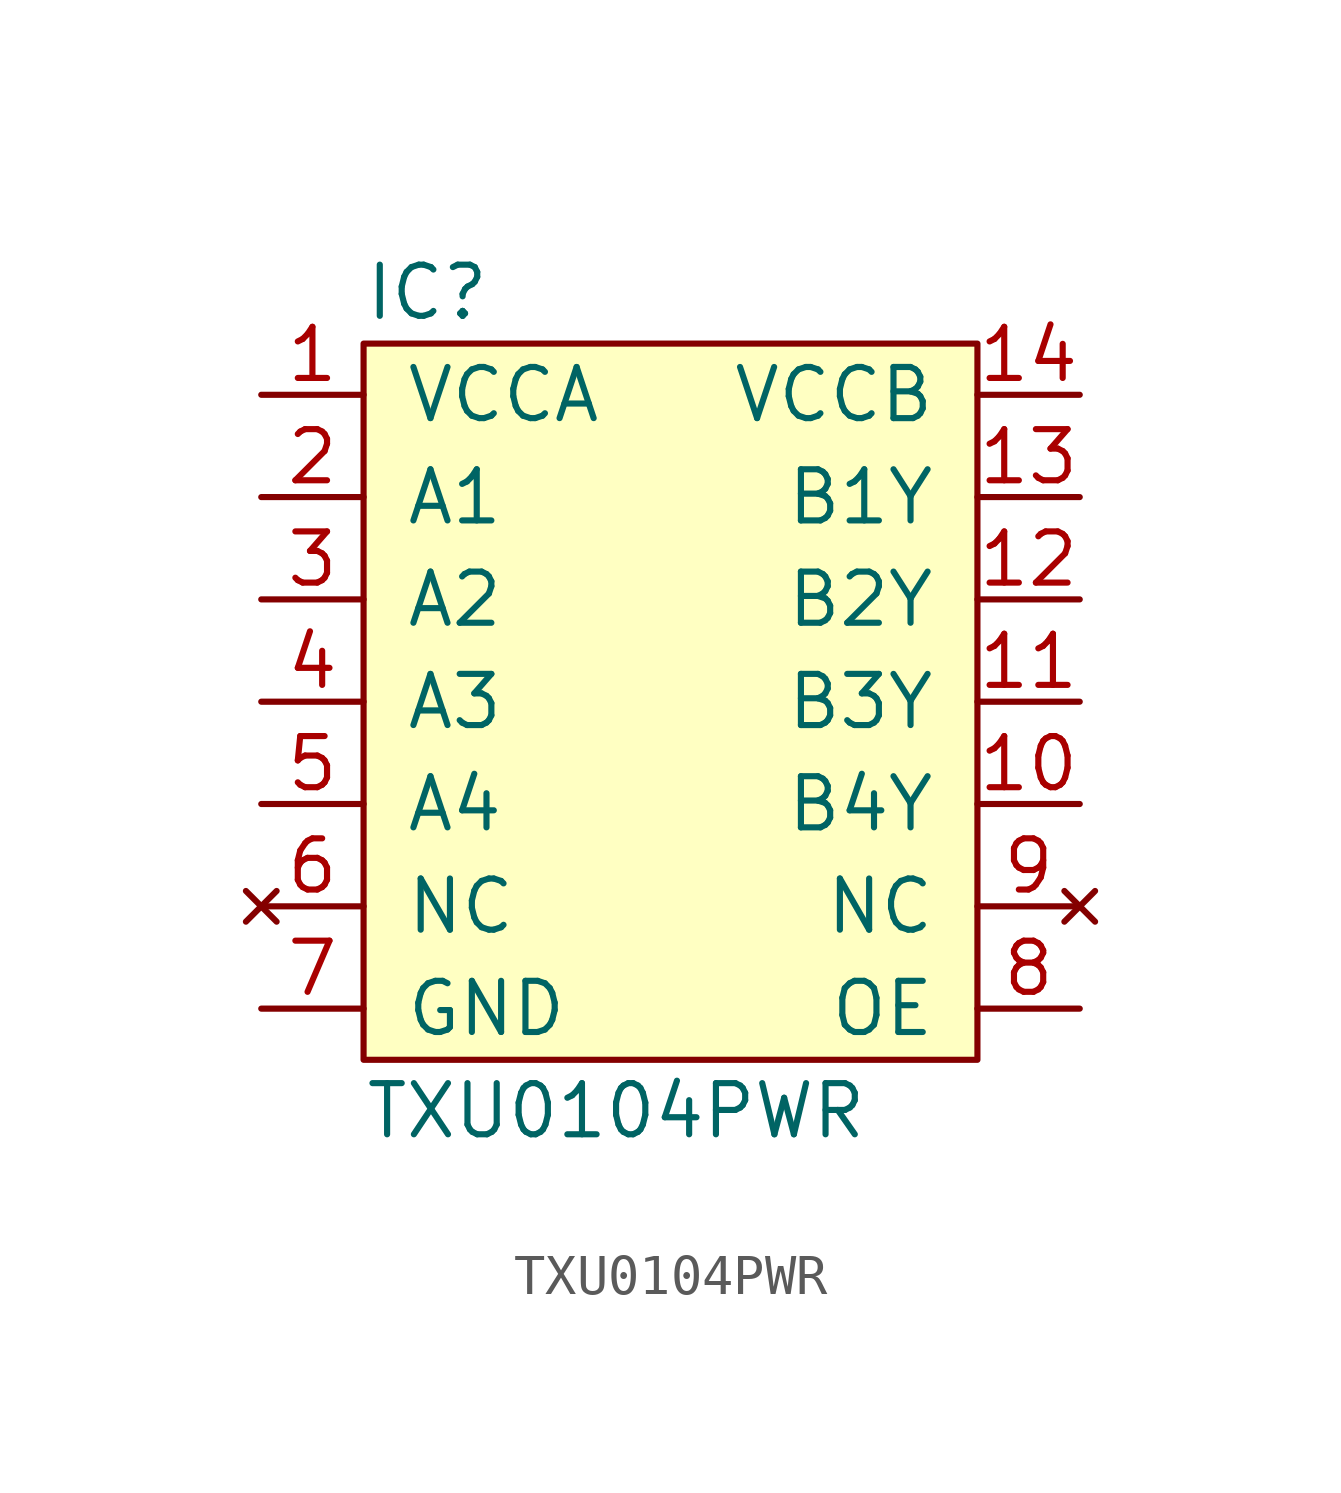
<source format=kicad_sym>
(kicad_symbol_lib
  (version 20211014)
  (generator agg_kicad.build_lib_ic)
  (symbol "TXU0104PWR"
    (pin_names
      (offset 1.016))
    (property Reference IC
      (at -7.62 10.16 0)
      (effects (font (size 1.27 1.27)) (justify left)))
    (property Value "TXU0104PWR"
      (at -7.62 -10.16 0)
      (effects (font (size 1.27 1.27)) (justify left)))
    (symbol "TXU0104PWR_0_0"
      (rectangle (start -7.62 8.89) (end 7.62 -8.89) (stroke (width 0) (type default) (color 0 0 0 0)) (fill (type background)))
      (pin power_in line (at -10.16 7.62 0) (length 2.54) (name VCCA (effects (font (size 1.27 1.27)))) (number "1" (effects (font (size 1.27 1.27)))))
      (pin input line (at -10.16 5.08 0) (length 2.54) (name "A1" (effects (font (size 1.27 1.27)))) (number "2" (effects (font (size 1.27 1.27)))))
      (pin input line (at -10.16 2.54 0) (length 2.54) (name "A2" (effects (font (size 1.27 1.27)))) (number "3" (effects (font (size 1.27 1.27)))))
      (pin input line (at -10.16 0 0) (length 2.54) (name "A3" (effects (font (size 1.27 1.27)))) (number "4" (effects (font (size 1.27 1.27)))))
      (pin input line (at -10.16 -2.54 0) (length 2.54) (name "A4" (effects (font (size 1.27 1.27)))) (number "5" (effects (font (size 1.27 1.27)))))
      (pin no_connect line (at -10.16 -5.08 0) (length 2.54) (name NC (effects (font (size 1.27 1.27)))) (number "6" (effects (font (size 1.27 1.27)))))
      (pin power_in line (at -10.16 -7.62 0) (length 2.54) (name GND (effects (font (size 1.27 1.27)))) (number "7" (effects (font (size 1.27 1.27)))))
      (pin power_in line (at 10.16 7.62 180) (length 2.54) (name VCCB (effects (font (size 1.27 1.27)))) (number "14" (effects (font (size 1.27 1.27)))))
      (pin output line (at 10.16 5.08 180) (length 2.54) (name "B1Y" (effects (font (size 1.27 1.27)))) (number "13" (effects (font (size 1.27 1.27)))))
      (pin output line (at 10.16 2.54 180) (length 2.54) (name "B2Y" (effects (font (size 1.27 1.27)))) (number "12" (effects (font (size 1.27 1.27)))))
      (pin output line (at 10.16 0 180) (length 2.54) (name "B3Y" (effects (font (size 1.27 1.27)))) (number "11" (effects (font (size 1.27 1.27)))))
      (pin output line (at 10.16 -2.54 180) (length 2.54) (name "B4Y" (effects (font (size 1.27 1.27)))) (number "10" (effects (font (size 1.27 1.27)))))
      (pin no_connect line (at 10.16 -5.08 180) (length 2.54) (name NC (effects (font (size 1.27 1.27)))) (number "9" (effects (font (size 1.27 1.27)))))
      (pin input line (at 10.16 -7.62 180) (length 2.54) (name OE (effects (font (size 1.27 1.27)))) (number "8" (effects (font (size 1.27 1.27))))))))
</source>
